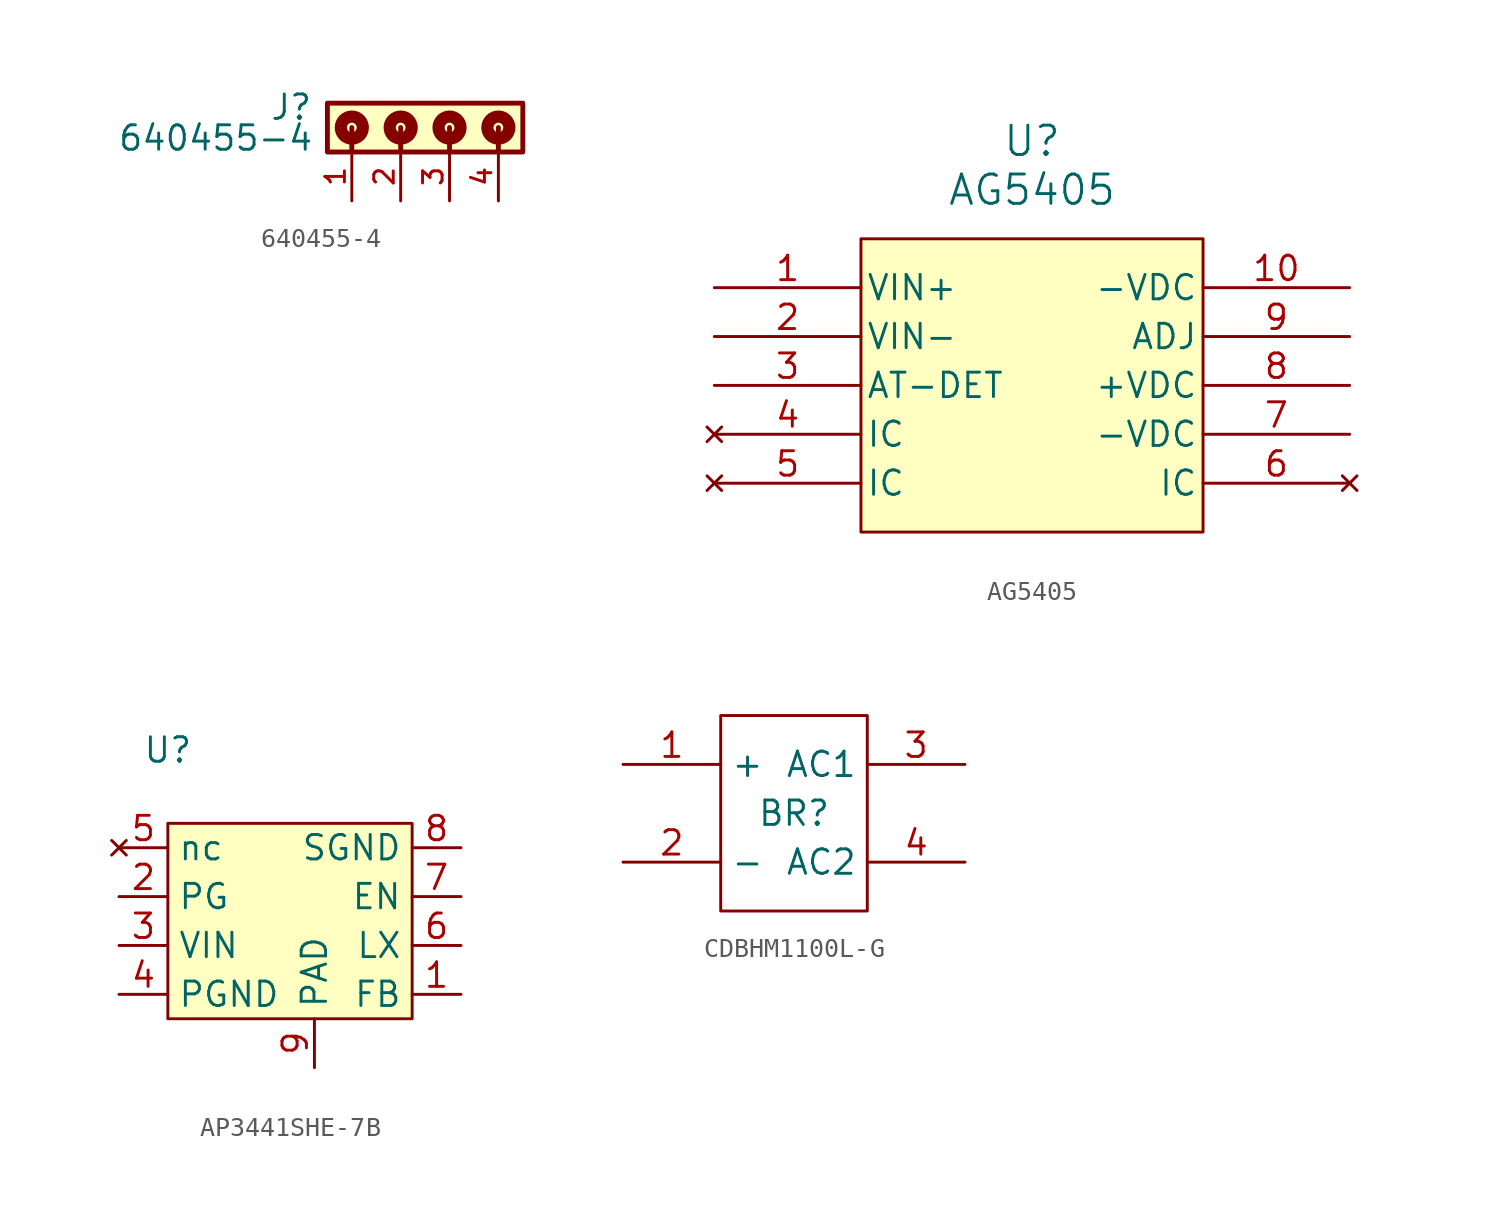
<source format=kicad_sym>
(kicad_symbol_lib
  (version 20241209)
  (generator "kicad_symbol_editor")
  (generator_version "9.0")
  (symbol "640455-4"
    (pin_names
      (offset 1.016))
    (property "Reference" "J"
      (at -4.56 -0.955 0)
      (effects (font (size 1.27 1.27)) (justify right bottom)))
    (property "Value" "640455-4"
      (at -4.5 -2.56 0)
      (effects (font (size 1.27 1.27)) (justify right bottom)))
    (symbol "640455-4_0_0"
      (rectangle (start -3.81 0) (end 6.35 -2.54) (stroke (width 0.254) (type default)) (fill (type background)))
      (circle (center -2.54 -1.27) (radius 0.254) (stroke (width 0.635) (type default)) (fill (type none)))
      (polyline (pts (xy -2.54 -1.27) (xy -2.54 -2.54)) (stroke (width 0.254) (type default)) (fill (type none)))
      (polyline (pts (xy 0 -1.27) (xy 0 -2.54)) (stroke (width 0.254) (type default)) (fill (type none)))
      (circle (center 0 -1.27) (radius 0.254) (stroke (width 0.635) (type default)) (fill (type none)))
      (polyline (pts (xy 2.54 -1.27) (xy 2.54 -2.54)) (stroke (width 0.254) (type default)) (fill (type none)))
      (circle (center 2.54 -1.27) (radius 0.254) (stroke (width 0.635) (type default)) (fill (type none)))
      (polyline (pts (xy 5.08 -1.27) (xy 5.08 -2.54)) (stroke (width 0.254) (type default)) (fill (type none)))
      (circle (center 5.08 -1.27) (radius 0.254) (stroke (width 0.635) (type default)) (fill (type none)))
      (pin passive line (at -2.54 -5.08 90) (length 2.54) (name "~" (effects (font (size 1.016 1.016)))) (number "1" (effects (font (size 1.016 1.016)))))
      (pin passive line (at 0 -5.08 90) (length 2.54) (name "~" (effects (font (size 1.016 1.016)))) (number "2" (effects (font (size 1.016 1.016)))))
      (pin passive line (at 2.54 -5.08 90) (length 2.54) (name "~" (effects (font (size 1.016 1.016)))) (number "3" (effects (font (size 1.016 1.016)))))
      (pin passive line (at 5.08 -5.08 90) (length 2.54) (name "~" (effects (font (size 1.016 1.016)))) (number "4" (effects (font (size 1.016 1.016)))))))
  (symbol "AG5405"
    (pin_names
      (offset 0.254))
    (property "Reference" "U"
      (at 0 12.7 0)
      (effects (font (size 1.524 1.524))))
    (property "Value" "AG5405"
      (at 0 10.16 0)
      (effects (font (size 1.524 1.524))))
    (symbol "AG5405_1_1"
      (rectangle (start -8.89 7.62) (end 8.89 -7.62) (stroke (width 0) (type default)) (fill (type background)))
      (pin power_in line (at -16.51 5.08 0) (length 7.62) (name "VIN+" (effects (font (size 1.27 1.27)))) (number "1" (effects (font (size 1.27 1.27)))))
      (pin power_in line (at -16.51 2.54 0) (length 7.62) (name "VIN-" (effects (font (size 1.27 1.27)))) (number "2" (effects (font (size 1.27 1.27)))))
      (pin output line (at -16.51 0 0) (length 7.62) (name "AT-DET" (effects (font (size 1.27 1.27)))) (number "3" (effects (font (size 1.27 1.27)))))
      (pin no_connect line (at -16.51 -2.54 0) (length 7.62) (name "IC" (effects (font (size 1.27 1.27)))) (number "4" (effects (font (size 1.27 1.27)))))
      (pin no_connect line (at -16.51 -5.08 0) (length 7.62) (name "IC" (effects (font (size 1.27 1.27)))) (number "5" (effects (font (size 1.27 1.27)))))
      (pin power_in line (at 16.51 5.08 180) (length 7.62) (name "-VDC" (effects (font (size 1.27 1.27)))) (number "10" (effects (font (size 1.27 1.27)))))
      (pin output line (at 16.51 2.54 180) (length 7.62) (name "ADJ" (effects (font (size 1.27 1.27)))) (number "9" (effects (font (size 1.27 1.27)))))
      (pin power_in line (at 16.51 0 180) (length 7.62) (name "+VDC" (effects (font (size 1.27 1.27)))) (number "8" (effects (font (size 1.27 1.27)))))
      (pin power_in line (at 16.51 -2.54 180) (length 7.62) (name "-VDC" (effects (font (size 1.27 1.27)))) (number "7" (effects (font (size 1.27 1.27)))))
      (pin no_connect line (at 16.51 -5.08 180) (length 7.62) (name "IC" (effects (font (size 1.27 1.27)))) (number "6" (effects (font (size 1.27 1.27)))))))
  (symbol "AP3441SHE-7B"
    (property "Reference" "U"
      (at -6.35 10.16 0)
      (effects (font (size 1.27 1.27))))
    (symbol "AP3441SHE-7B_1_1"
      (rectangle (start -6.35 6.35) (end 6.35 -3.81) (stroke (width 0) (type default)) (fill (type background)))
      (pin no_connect line (at -8.89 5.08 0) (length 2.54) (name "nc" (effects (font (size 1.27 1.27)))) (number "5" (effects (font (size 1.27 1.27)))))
      (pin open_collector line (at -8.89 2.54 0) (length 2.54) (name "PG" (effects (font (size 1.27 1.27)))) (number "2" (effects (font (size 1.27 1.27)))))
      (pin power_in line (at -8.89 0 0) (length 2.54) (name "VIN" (effects (font (size 1.27 1.27)))) (number "3" (effects (font (size 1.27 1.27)))))
      (pin power_in line (at -8.89 -2.54 0) (length 2.54) (name "PGND" (effects (font (size 1.27 1.27)))) (number "4" (effects (font (size 1.27 1.27)))))
      (pin input line (at 1.27 -6.35 90) (length 2.54) (name "PAD" (effects (font (size 1.27 1.27)))) (number "9" (effects (font (size 1.27 1.27)))))
      (pin power_in line (at 8.89 5.08 180) (length 2.54) (name "SGND" (effects (font (size 1.27 1.27)))) (number "8" (effects (font (size 1.27 1.27)))))
      (pin input line (at 8.89 2.54 180) (length 2.54) (name "EN" (effects (font (size 1.27 1.27)))) (number "7" (effects (font (size 1.27 1.27)))))
      (pin power_out line (at 8.89 0 180) (length 2.54) (name "LX" (effects (font (size 1.27 1.27)))) (number "6" (effects (font (size 1.27 1.27)))))
      (pin passive line (at 8.89 -2.54 180) (length 2.54) (name "FB" (effects (font (size 1.27 1.27)))) (number "1" (effects (font (size 1.27 1.27)))))))
  (symbol "CDBHM1100L-G"
    (property "Reference" "BR"
      (at 0 0 0)
      (effects (font (size 1.27 1.27))))
    (property "Value" ""
      (at 0 0 0)
      (effects (font (size 1.27 1.27))))
    (symbol "CDBHM1100L-G_0_1"
      (rectangle (start -3.81 5.08) (end 3.81 -5.08) (stroke (width 0) (type default)) (fill (type none))))
    (symbol "CDBHM1100L-G_1_1"
      (pin power_out line (at -8.89 2.54 0) (length 5.08) (name "+" (effects (font (size 1.27 1.27)))) (number "1" (effects (font (size 1.27 1.27)))))
      (pin power_out line (at -8.89 -2.54 0) (length 5.08) (name "-" (effects (font (size 1.27 1.27)))) (number "2" (effects (font (size 1.27 1.27)))))
      (pin input line (at 8.89 2.54 180) (length 5.08) (name "AC1" (effects (font (size 1.27 1.27)))) (number "3" (effects (font (size 1.27 1.27)))))
      (pin input line (at 8.89 -2.54 180) (length 5.08) (name "AC2" (effects (font (size 1.27 1.27)))) (number "4" (effects (font (size 1.27 1.27))))))))
</source>
